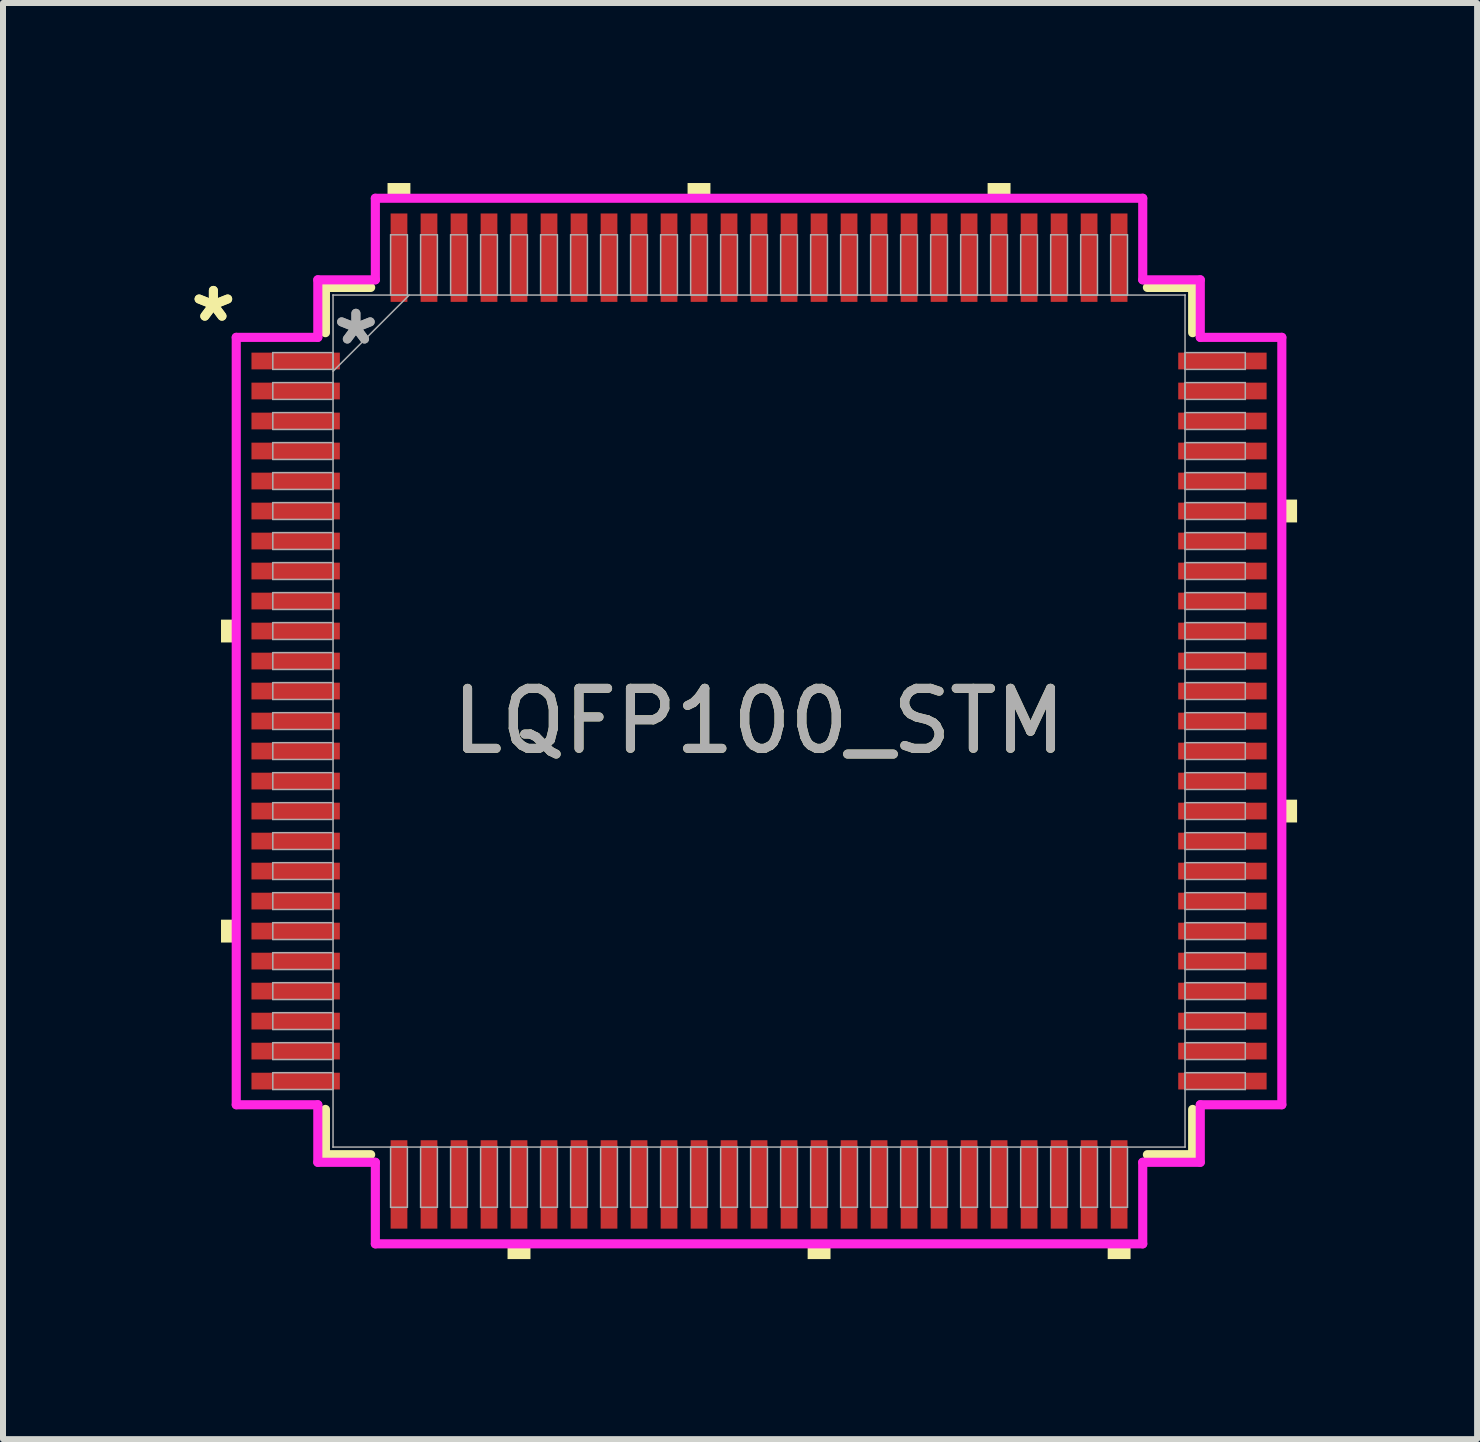
<source format=kicad_pcb>
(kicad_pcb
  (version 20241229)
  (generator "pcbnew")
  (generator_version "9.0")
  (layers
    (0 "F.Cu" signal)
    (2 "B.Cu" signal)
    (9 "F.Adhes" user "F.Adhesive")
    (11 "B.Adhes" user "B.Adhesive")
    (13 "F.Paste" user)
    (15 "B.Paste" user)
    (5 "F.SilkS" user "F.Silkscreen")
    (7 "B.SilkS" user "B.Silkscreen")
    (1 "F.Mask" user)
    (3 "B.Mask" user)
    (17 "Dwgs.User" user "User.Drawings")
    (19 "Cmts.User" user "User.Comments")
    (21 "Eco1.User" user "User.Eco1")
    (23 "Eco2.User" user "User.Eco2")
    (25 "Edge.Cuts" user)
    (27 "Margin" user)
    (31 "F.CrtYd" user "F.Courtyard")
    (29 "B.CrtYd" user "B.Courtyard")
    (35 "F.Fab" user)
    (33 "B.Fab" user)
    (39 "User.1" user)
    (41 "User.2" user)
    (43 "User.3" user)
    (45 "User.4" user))
  (footprint "LQFP100_STM"
    (layer "F.Cu")
    (at 9.599 8.966)
    (property "Reference" "LQFP100_STM" (at 0 0 0) (unlocked yes) (layer "F.SilkS") (effects (font (size 1 1) (thickness 0.15))))
    (attr smd)
    (fp_line (start -7.226 -7.226) (end -7.226 -6.472) (stroke (width 0.152) (type solid)) (layer "F.SilkS"))
    (fp_line (start -7.226 6.472) (end -7.226 7.226) (stroke (width 0.152) (type solid)) (layer "F.SilkS"))
    (fp_line (start -7.226 7.226) (end -6.472 7.226) (stroke (width 0.152) (type solid)) (layer "F.SilkS"))
    (fp_line (start -6.472 -7.226) (end -7.226 -7.226) (stroke (width 0.152) (type solid)) (layer "F.SilkS"))
    (fp_line (start 6.472 7.226) (end 7.226 7.226) (stroke (width 0.152) (type solid)) (layer "F.SilkS"))
    (fp_line (start 7.226 -7.226) (end 6.472 -7.226) (stroke (width 0.152) (type solid)) (layer "F.SilkS"))
    (fp_line (start 7.226 -6.472) (end 7.226 -7.226) (stroke (width 0.152) (type solid)) (layer "F.SilkS"))
    (fp_line (start 7.226 7.226) (end 7.226 6.472) (stroke (width 0.152) (type solid)) (layer "F.SilkS"))
    (fp_poly (pts (xy -8.966 -1.69) (xy -8.966 -1.31) (xy -8.712 -1.31) (xy -8.712 -1.69)) (stroke (width 0) (type solid)) (fill yes) (layer "F.SilkS"))
    (fp_poly (pts (xy -8.966 3.31) (xy -8.966 3.691) (xy -8.712 3.691) (xy -8.712 3.31)) (stroke (width 0) (type solid)) (fill yes) (layer "F.SilkS"))
    (fp_poly (pts (xy -6.191 -8.712) (xy -6.191 -8.966) (xy -5.81 -8.966) (xy -5.81 -8.712)) (stroke (width 0) (type solid)) (fill yes) (layer "F.SilkS"))
    (fp_poly (pts (xy -4.191 8.712) (xy -4.191 8.966) (xy -3.809 8.966) (xy -3.809 8.712)) (stroke (width 0) (type solid)) (fill yes) (layer "F.SilkS"))
    (fp_poly (pts (xy -1.191 -8.712) (xy -1.191 -8.966) (xy -0.81 -8.966) (xy -0.81 -8.712)) (stroke (width 0) (type solid)) (fill yes) (layer "F.SilkS"))
    (fp_poly (pts (xy 0.81 8.712) (xy 0.81 8.966) (xy 1.191 8.966) (xy 1.191 8.712)) (stroke (width 0) (type solid)) (fill yes) (layer "F.SilkS"))
    (fp_poly (pts (xy 3.809 -8.712) (xy 3.809 -8.966) (xy 4.191 -8.966) (xy 4.191 -8.712)) (stroke (width 0) (type solid)) (fill yes) (layer "F.SilkS"))
    (fp_poly (pts (xy 5.81 8.712) (xy 5.81 8.966) (xy 6.191 8.966) (xy 6.191 8.712)) (stroke (width 0) (type solid)) (fill yes) (layer "F.SilkS"))
    (fp_poly (pts (xy 8.966 -3.691) (xy 8.966 -3.31) (xy 8.712 -3.31) (xy 8.712 -3.691)) (stroke (width 0) (type solid)) (fill yes) (layer "F.SilkS"))
    (fp_poly (pts (xy 8.966 1.31) (xy 8.966 1.69) (xy 8.712 1.69) (xy 8.712 1.31)) (stroke (width 0) (type solid)) (fill yes) (layer "F.SilkS"))
    (fp_line (start -8.712 -6.394) (end -7.353 -6.394) (stroke (width 0.152) (type solid)) (layer "F.CrtYd"))
    (fp_line (start -8.712 6.394) (end -8.712 -6.394) (stroke (width 0.152) (type solid)) (layer "F.CrtYd"))
    (fp_line (start -7.353 -7.353) (end -6.394 -7.353) (stroke (width 0.152) (type solid)) (layer "F.CrtYd"))
    (fp_line (start -7.353 -6.394) (end -7.353 -7.353) (stroke (width 0.152) (type solid)) (layer "F.CrtYd"))
    (fp_line (start -7.353 6.394) (end -8.712 6.394) (stroke (width 0.152) (type solid)) (layer "F.CrtYd"))
    (fp_line (start -7.353 7.353) (end -7.353 6.394) (stroke (width 0.152) (type solid)) (layer "F.CrtYd"))
    (fp_line (start -7.353 7.353) (end -6.394 7.353) (stroke (width 0.152) (type solid)) (layer "F.CrtYd"))
    (fp_line (start -6.394 -8.712) (end 6.394 -8.712) (stroke (width 0.152) (type solid)) (layer "F.CrtYd"))
    (fp_line (start -6.394 -7.353) (end -6.394 -8.712) (stroke (width 0.152) (type solid)) (layer "F.CrtYd"))
    (fp_line (start -6.394 7.353) (end -6.394 8.712) (stroke (width 0.152) (type solid)) (layer "F.CrtYd"))
    (fp_line (start -6.394 8.712) (end 6.394 8.712) (stroke (width 0.152) (type solid)) (layer "F.CrtYd"))
    (fp_line (start 6.394 -8.712) (end 6.394 -7.353) (stroke (width 0.152) (type solid)) (layer "F.CrtYd"))
    (fp_line (start 6.394 -7.353) (end 7.353 -7.353) (stroke (width 0.152) (type solid)) (layer "F.CrtYd"))
    (fp_line (start 6.394 7.353) (end 7.353 7.353) (stroke (width 0.152) (type solid)) (layer "F.CrtYd"))
    (fp_line (start 6.394 8.712) (end 6.394 7.353) (stroke (width 0.152) (type solid)) (layer "F.CrtYd"))
    (fp_line (start 7.353 -6.394) (end 7.353 -7.353) (stroke (width 0.152) (type solid)) (layer "F.CrtYd"))
    (fp_line (start 7.353 6.394) (end 8.712 6.394) (stroke (width 0.152) (type solid)) (layer "F.CrtYd"))
    (fp_line (start 7.353 7.353) (end 7.353 6.394) (stroke (width 0.152) (type solid)) (layer "F.CrtYd"))
    (fp_line (start 8.712 -6.394) (end 7.353 -6.394) (stroke (width 0.152) (type solid)) (layer "F.CrtYd"))
    (fp_line (start 8.712 6.394) (end 8.712 -6.394) (stroke (width 0.152) (type solid)) (layer "F.CrtYd"))
    (fp_line (start -8.103 -6.14) (end -8.103 -5.86) (stroke (width 0.025) (type solid)) (layer "F.Fab"))
    (fp_line (start -8.103 -5.86) (end -7.099 -5.86) (stroke (width 0.025) (type solid)) (layer "F.Fab"))
    (fp_line (start -8.103 -5.64) (end -8.103 -5.36) (stroke (width 0.025) (type solid)) (layer "F.Fab"))
    (fp_line (start -8.103 -5.36) (end -7.099 -5.36) (stroke (width 0.025) (type solid)) (layer "F.Fab"))
    (fp_line (start -8.103 -5.14) (end -8.103 -4.86) (stroke (width 0.025) (type solid)) (layer "F.Fab"))
    (fp_line (start -8.103 -4.86) (end -7.099 -4.86) (stroke (width 0.025) (type solid)) (layer "F.Fab"))
    (fp_line (start -8.103 -4.64) (end -8.103 -4.36) (stroke (width 0.025) (type solid)) (layer "F.Fab"))
    (fp_line (start -8.103 -4.36) (end -7.099 -4.36) (stroke (width 0.025) (type solid)) (layer "F.Fab"))
    (fp_line (start -8.103 -4.14) (end -8.103 -3.86) (stroke (width 0.025) (type solid)) (layer "F.Fab"))
    (fp_line (start -8.103 -3.86) (end -7.099 -3.86) (stroke (width 0.025) (type solid)) (layer "F.Fab"))
    (fp_line (start -8.103 -3.64) (end -8.103 -3.36) (stroke (width 0.025) (type solid)) (layer "F.Fab"))
    (fp_line (start -8.103 -3.36) (end -7.099 -3.36) (stroke (width 0.025) (type solid)) (layer "F.Fab"))
    (fp_line (start -8.103 -3.14) (end -8.103 -2.86) (stroke (width 0.025) (type solid)) (layer "F.Fab"))
    (fp_line (start -8.103 -2.86) (end -7.099 -2.86) (stroke (width 0.025) (type solid)) (layer "F.Fab"))
    (fp_line (start -8.103 -2.64) (end -8.103 -2.36) (stroke (width 0.025) (type solid)) (layer "F.Fab"))
    (fp_line (start -8.103 -2.36) (end -7.099 -2.36) (stroke (width 0.025) (type solid)) (layer "F.Fab"))
    (fp_line (start -8.103 -2.14) (end -8.103 -1.86) (stroke (width 0.025) (type solid)) (layer "F.Fab"))
    (fp_line (start -8.103 -1.86) (end -7.099 -1.86) (stroke (width 0.025) (type solid)) (layer "F.Fab"))
    (fp_line (start -8.103 -1.64) (end -8.103 -1.36) (stroke (width 0.025) (type solid)) (layer "F.Fab"))
    (fp_line (start -8.103 -1.36) (end -7.099 -1.36) (stroke (width 0.025) (type solid)) (layer "F.Fab"))
    (fp_line (start -8.103 -1.14) (end -8.103 -0.86) (stroke (width 0.025) (type solid)) (layer "F.Fab"))
    (fp_line (start -8.103 -0.86) (end -7.099 -0.86) (stroke (width 0.025) (type solid)) (layer "F.Fab"))
    (fp_line (start -8.103 -0.64) (end -8.103 -0.36) (stroke (width 0.025) (type solid)) (layer "F.Fab"))
    (fp_line (start -8.103 -0.36) (end -7.099 -0.36) (stroke (width 0.025) (type solid)) (layer "F.Fab"))
    (fp_line (start -8.103 -0.14) (end -8.103 0.14) (stroke (width 0.025) (type solid)) (layer "F.Fab"))
    (fp_line (start -8.103 0.14) (end -7.099 0.14) (stroke (width 0.025) (type solid)) (layer "F.Fab"))
    (fp_line (start -8.103 0.36) (end -8.103 0.64) (stroke (width 0.025) (type solid)) (layer "F.Fab"))
    (fp_line (start -8.103 0.64) (end -7.099 0.64) (stroke (width 0.025) (type solid)) (layer "F.Fab"))
    (fp_line (start -8.103 0.86) (end -8.103 1.14) (stroke (width 0.025) (type solid)) (layer "F.Fab"))
    (fp_line (start -8.103 1.14) (end -7.099 1.14) (stroke (width 0.025) (type solid)) (layer "F.Fab"))
    (fp_line (start -8.103 1.36) (end -8.103 1.64) (stroke (width 0.025) (type solid)) (layer "F.Fab"))
    (fp_line (start -8.103 1.64) (end -7.099 1.64) (stroke (width 0.025) (type solid)) (layer "F.Fab"))
    (fp_line (start -8.103 1.86) (end -8.103 2.14) (stroke (width 0.025) (type solid)) (layer "F.Fab"))
    (fp_line (start -8.103 2.14) (end -7.099 2.14) (stroke (width 0.025) (type solid)) (layer "F.Fab"))
    (fp_line (start -8.103 2.36) (end -8.103 2.64) (stroke (width 0.025) (type solid)) (layer "F.Fab"))
    (fp_line (start -8.103 2.64) (end -7.099 2.64) (stroke (width 0.025) (type solid)) (layer "F.Fab"))
    (fp_line (start -8.103 2.86) (end -8.103 3.14) (stroke (width 0.025) (type solid)) (layer "F.Fab"))
    (fp_line (start -8.103 3.14) (end -7.099 3.14) (stroke (width 0.025) (type solid)) (layer "F.Fab"))
    (fp_line (start -8.103 3.36) (end -8.103 3.64) (stroke (width 0.025) (type solid)) (layer "F.Fab"))
    (fp_line (start -8.103 3.64) (end -7.099 3.64) (stroke (width 0.025) (type solid)) (layer "F.Fab"))
    (fp_line (start -8.103 3.86) (end -8.103 4.14) (stroke (width 0.025) (type solid)) (layer "F.Fab"))
    (fp_line (start -8.103 4.14) (end -7.099 4.14) (stroke (width 0.025) (type solid)) (layer "F.Fab"))
    (fp_line (start -8.103 4.36) (end -8.103 4.64) (stroke (width 0.025) (type solid)) (layer "F.Fab"))
    (fp_line (start -8.103 4.64) (end -7.099 4.64) (stroke (width 0.025) (type solid)) (layer "F.Fab"))
    (fp_line (start -8.103 4.86) (end -8.103 5.14) (stroke (width 0.025) (type solid)) (layer "F.Fab"))
    (fp_line (start -8.103 5.14) (end -7.099 5.14) (stroke (width 0.025) (type solid)) (layer "F.Fab"))
    (fp_line (start -8.103 5.36) (end -8.103 5.64) (stroke (width 0.025) (type solid)) (layer "F.Fab"))
    (fp_line (start -8.103 5.64) (end -7.099 5.64) (stroke (width 0.025) (type solid)) (layer "F.Fab"))
    (fp_line (start -8.103 5.86) (end -8.103 6.14) (stroke (width 0.025) (type solid)) (layer "F.Fab"))
    (fp_line (start -8.103 6.14) (end -7.099 6.14) (stroke (width 0.025) (type solid)) (layer "F.Fab"))
    (fp_line (start -7.099 -7.099) (end -7.099 -7.099) (stroke (width 0.025) (type solid)) (layer "F.Fab"))
    (fp_line (start -7.099 -7.099) (end -7.099 7.099) (stroke (width 0.025) (type solid)) (layer "F.Fab"))
    (fp_line (start -7.099 -6.14) (end -8.103 -6.14) (stroke (width 0.025) (type solid)) (layer "F.Fab"))
    (fp_line (start -7.099 -5.86) (end -7.099 -6.14) (stroke (width 0.025) (type solid)) (layer "F.Fab"))
    (fp_line (start -7.099 -5.829) (end -5.829 -7.099) (stroke (width 0.025) (type solid)) (layer "F.Fab"))
    (fp_line (start -7.099 -5.64) (end -8.103 -5.64) (stroke (width 0.025) (type solid)) (layer "F.Fab"))
    (fp_line (start -7.099 -5.36) (end -7.099 -5.64) (stroke (width 0.025) (type solid)) (layer "F.Fab"))
    (fp_line (start -7.099 -5.14) (end -8.103 -5.14) (stroke (width 0.025) (type solid)) (layer "F.Fab"))
    (fp_line (start -7.099 -4.86) (end -7.099 -5.14) (stroke (width 0.025) (type solid)) (layer "F.Fab"))
    (fp_line (start -7.099 -4.64) (end -8.103 -4.64) (stroke (width 0.025) (type solid)) (layer "F.Fab"))
    (fp_line (start -7.099 -4.36) (end -7.099 -4.64) (stroke (width 0.025) (type solid)) (layer "F.Fab"))
    (fp_line (start -7.099 -4.14) (end -8.103 -4.14) (stroke (width 0.025) (type solid)) (layer "F.Fab"))
    (fp_line (start -7.099 -3.86) (end -7.099 -4.14) (stroke (width 0.025) (type solid)) (layer "F.Fab"))
    (fp_line (start -7.099 -3.64) (end -8.103 -3.64) (stroke (width 0.025) (type solid)) (layer "F.Fab"))
    (fp_line (start -7.099 -3.36) (end -7.099 -3.64) (stroke (width 0.025) (type solid)) (layer "F.Fab"))
    (fp_line (start -7.099 -3.14) (end -8.103 -3.14) (stroke (width 0.025) (type solid)) (layer "F.Fab"))
    (fp_line (start -7.099 -2.86) (end -7.099 -3.14) (stroke (width 0.025) (type solid)) (layer "F.Fab"))
    (fp_line (start -7.099 -2.64) (end -8.103 -2.64) (stroke (width 0.025) (type solid)) (layer "F.Fab"))
    (fp_line (start -7.099 -2.36) (end -7.099 -2.64) (stroke (width 0.025) (type solid)) (layer "F.Fab"))
    (fp_line (start -7.099 -2.14) (end -8.103 -2.14) (stroke (width 0.025) (type solid)) (layer "F.Fab"))
    (fp_line (start -7.099 -1.86) (end -7.099 -2.14) (stroke (width 0.025) (type solid)) (layer "F.Fab"))
    (fp_line (start -7.099 -1.64) (end -8.103 -1.64) (stroke (width 0.025) (type solid)) (layer "F.Fab"))
    (fp_line (start -7.099 -1.36) (end -7.099 -1.64) (stroke (width 0.025) (type solid)) (layer "F.Fab"))
    (fp_line (start -7.099 -1.14) (end -8.103 -1.14) (stroke (width 0.025) (type solid)) (layer "F.Fab"))
    (fp_line (start -7.099 -0.86) (end -7.099 -1.14) (stroke (width 0.025) (type solid)) (layer "F.Fab"))
    (fp_line (start -7.099 -0.64) (end -8.103 -0.64) (stroke (width 0.025) (type solid)) (layer "F.Fab"))
    (fp_line (start -7.099 -0.36) (end -7.099 -0.64) (stroke (width 0.025) (type solid)) (layer "F.Fab"))
    (fp_line (start -7.099 -0.14) (end -8.103 -0.14) (stroke (width 0.025) (type solid)) (layer "F.Fab"))
    (fp_line (start -7.099 0.14) (end -7.099 -0.14) (stroke (width 0.025) (type solid)) (layer "F.Fab"))
    (fp_line (start -7.099 0.36) (end -8.103 0.36) (stroke (width 0.025) (type solid)) (layer "F.Fab"))
    (fp_line (start -7.099 0.64) (end -7.099 0.36) (stroke (width 0.025) (type solid)) (layer "F.Fab"))
    (fp_line (start -7.099 0.86) (end -8.103 0.86) (stroke (width 0.025) (type solid)) (layer "F.Fab"))
    (fp_line (start -7.099 1.14) (end -7.099 0.86) (stroke (width 0.025) (type solid)) (layer "F.Fab"))
    (fp_line (start -7.099 1.36) (end -8.103 1.36) (stroke (width 0.025) (type solid)) (layer "F.Fab"))
    (fp_line (start -7.099 1.64) (end -7.099 1.36) (stroke (width 0.025) (type solid)) (layer "F.Fab"))
    (fp_line (start -7.099 1.86) (end -8.103 1.86) (stroke (width 0.025) (type solid)) (layer "F.Fab"))
    (fp_line (start -7.099 2.14) (end -7.099 1.86) (stroke (width 0.025) (type solid)) (layer "F.Fab"))
    (fp_line (start -7.099 2.36) (end -8.103 2.36) (stroke (width 0.025) (type solid)) (layer "F.Fab"))
    (fp_line (start -7.099 2.64) (end -7.099 2.36) (stroke (width 0.025) (type solid)) (layer "F.Fab"))
    (fp_line (start -7.099 2.86) (end -8.103 2.86) (stroke (width 0.025) (type solid)) (layer "F.Fab"))
    (fp_line (start -7.099 3.14) (end -7.099 2.86) (stroke (width 0.025) (type solid)) (layer "F.Fab"))
    (fp_line (start -7.099 3.36) (end -8.103 3.36) (stroke (width 0.025) (type solid)) (layer "F.Fab"))
    (fp_line (start -7.099 3.64) (end -7.099 3.36) (stroke (width 0.025) (type solid)) (layer "F.Fab"))
    (fp_line (start -7.099 3.86) (end -8.103 3.86) (stroke (width 0.025) (type solid)) (layer "F.Fab"))
    (fp_line (start -7.099 4.14) (end -7.099 3.86) (stroke (width 0.025) (type solid)) (layer "F.Fab"))
    (fp_line (start -7.099 4.36) (end -8.103 4.36) (stroke (width 0.025) (type solid)) (layer "F.Fab"))
    (fp_line (start -7.099 4.64) (end -7.099 4.36) (stroke (width 0.025) (type solid)) (layer "F.Fab"))
    (fp_line (start -7.099 4.86) (end -8.103 4.86) (stroke (width 0.025) (type solid)) (layer "F.Fab"))
    (fp_line (start -7.099 5.14) (end -7.099 4.86) (stroke (width 0.025) (type solid)) (layer "F.Fab"))
    (fp_line (start -7.099 5.36) (end -8.103 5.36) (stroke (width 0.025) (type solid)) (layer "F.Fab"))
    (fp_line (start -7.099 5.64) (end -7.099 5.36) (stroke (width 0.025) (type solid)) (layer "F.Fab"))
    (fp_line (start -7.099 5.86) (end -8.103 5.86) (stroke (width 0.025) (type solid)) (layer "F.Fab"))
    (fp_line (start -7.099 6.14) (end -7.099 5.86) (stroke (width 0.025) (type solid)) (layer "F.Fab"))
    (fp_line (start -7.099 7.099) (end -7.099 7.099) (stroke (width 0.025) (type solid)) (layer "F.Fab"))
    (fp_line (start -7.099 7.099) (end 7.099 7.099) (stroke (width 0.025) (type solid)) (layer "F.Fab"))
    (fp_line (start -6.14 -8.103) (end -6.14 -7.099) (stroke (width 0.025) (type solid)) (layer "F.Fab"))
    (fp_line (start -6.14 -7.099) (end -5.86 -7.099) (stroke (width 0.025) (type solid)) (layer "F.Fab"))
    (fp_line (start -6.14 7.099) (end -6.14 8.103) (stroke (width 0.025) (type solid)) (layer "F.Fab"))
    (fp_line (start -6.14 8.103) (end -5.86 8.103) (stroke (width 0.025) (type solid)) (layer "F.Fab"))
    (fp_line (start -5.86 -8.103) (end -6.14 -8.103) (stroke (width 0.025) (type solid)) (layer "F.Fab"))
    (fp_line (start -5.86 -7.099) (end -5.86 -8.103) (stroke (width 0.025) (type solid)) (layer "F.Fab"))
    (fp_line (start -5.86 7.099) (end -6.14 7.099) (stroke (width 0.025) (type solid)) (layer "F.Fab"))
    (fp_line (start -5.86 8.103) (end -5.86 7.099) (stroke (width 0.025) (type solid)) (layer "F.Fab"))
    (fp_line (start -5.64 -8.103) (end -5.64 -7.099) (stroke (width 0.025) (type solid)) (layer "F.Fab"))
    (fp_line (start -5.64 -7.099) (end -5.36 -7.099) (stroke (width 0.025) (type solid)) (layer "F.Fab"))
    (fp_line (start -5.64 7.099) (end -5.64 8.103) (stroke (width 0.025) (type solid)) (layer "F.Fab"))
    (fp_line (start -5.64 8.103) (end -5.36 8.103) (stroke (width 0.025) (type solid)) (layer "F.Fab"))
    (fp_line (start -5.36 -8.103) (end -5.64 -8.103) (stroke (width 0.025) (type solid)) (layer "F.Fab"))
    (fp_line (start -5.36 -7.099) (end -5.36 -8.103) (stroke (width 0.025) (type solid)) (layer "F.Fab"))
    (fp_line (start -5.36 7.099) (end -5.64 7.099) (stroke (width 0.025) (type solid)) (layer "F.Fab"))
    (fp_line (start -5.36 8.103) (end -5.36 7.099) (stroke (width 0.025) (type solid)) (layer "F.Fab"))
    (fp_line (start -5.14 -8.103) (end -5.14 -7.099) (stroke (width 0.025) (type solid)) (layer "F.Fab"))
    (fp_line (start -5.14 -7.099) (end -4.86 -7.099) (stroke (width 0.025) (type solid)) (layer "F.Fab"))
    (fp_line (start -5.14 7.099) (end -5.14 8.103) (stroke (width 0.025) (type solid)) (layer "F.Fab"))
    (fp_line (start -5.14 8.103) (end -4.86 8.103) (stroke (width 0.025) (type solid)) (layer "F.Fab"))
    (fp_line (start -4.86 -8.103) (end -5.14 -8.103) (stroke (width 0.025) (type solid)) (layer "F.Fab"))
    (fp_line (start -4.86 -7.099) (end -4.86 -8.103) (stroke (width 0.025) (type solid)) (layer "F.Fab"))
    (fp_line (start -4.86 7.099) (end -5.14 7.099) (stroke (width 0.025) (type solid)) (layer "F.Fab"))
    (fp_line (start -4.86 8.103) (end -4.86 7.099) (stroke (width 0.025) (type solid)) (layer "F.Fab"))
    (fp_line (start -4.64 -8.103) (end -4.64 -7.099) (stroke (width 0.025) (type solid)) (layer "F.Fab"))
    (fp_line (start -4.64 -7.099) (end -4.36 -7.099) (stroke (width 0.025) (type solid)) (layer "F.Fab"))
    (fp_line (start -4.64 7.099) (end -4.64 8.103) (stroke (width 0.025) (type solid)) (layer "F.Fab"))
    (fp_line (start -4.64 8.103) (end -4.36 8.103) (stroke (width 0.025) (type solid)) (layer "F.Fab"))
    (fp_line (start -4.36 -8.103) (end -4.64 -8.103) (stroke (width 0.025) (type solid)) (layer "F.Fab"))
    (fp_line (start -4.36 -7.099) (end -4.36 -8.103) (stroke (width 0.025) (type solid)) (layer "F.Fab"))
    (fp_line (start -4.36 7.099) (end -4.64 7.099) (stroke (width 0.025) (type solid)) (layer "F.Fab"))
    (fp_line (start -4.36 8.103) (end -4.36 7.099) (stroke (width 0.025) (type solid)) (layer "F.Fab"))
    (fp_line (start -4.14 -8.103) (end -4.14 -7.099) (stroke (width 0.025) (type solid)) (layer "F.Fab"))
    (fp_line (start -4.14 -7.099) (end -3.86 -7.099) (stroke (width 0.025) (type solid)) (layer "F.Fab"))
    (fp_line (start -4.14 7.099) (end -4.14 8.103) (stroke (width 0.025) (type solid)) (layer "F.Fab"))
    (fp_line (start -4.14 8.103) (end -3.86 8.103) (stroke (width 0.025) (type solid)) (layer "F.Fab"))
    (fp_line (start -3.86 -8.103) (end -4.14 -8.103) (stroke (width 0.025) (type solid)) (layer "F.Fab"))
    (fp_line (start -3.86 -7.099) (end -3.86 -8.103) (stroke (width 0.025) (type solid)) (layer "F.Fab"))
    (fp_line (start -3.86 7.099) (end -4.14 7.099) (stroke (width 0.025) (type solid)) (layer "F.Fab"))
    (fp_line (start -3.86 8.103) (end -3.86 7.099) (stroke (width 0.025) (type solid)) (layer "F.Fab"))
    (fp_line (start -3.64 -8.103) (end -3.64 -7.099) (stroke (width 0.025) (type solid)) (layer "F.Fab"))
    (fp_line (start -3.64 -7.099) (end -3.36 -7.099) (stroke (width 0.025) (type solid)) (layer "F.Fab"))
    (fp_line (start -3.64 7.099) (end -3.64 8.103) (stroke (width 0.025) (type solid)) (layer "F.Fab"))
    (fp_line (start -3.64 8.103) (end -3.36 8.103) (stroke (width 0.025) (type solid)) (layer "F.Fab"))
    (fp_line (start -3.36 -8.103) (end -3.64 -8.103) (stroke (width 0.025) (type solid)) (layer "F.Fab"))
    (fp_line (start -3.36 -7.099) (end -3.36 -8.103) (stroke (width 0.025) (type solid)) (layer "F.Fab"))
    (fp_line (start -3.36 7.099) (end -3.64 7.099) (stroke (width 0.025) (type solid)) (layer "F.Fab"))
    (fp_line (start -3.36 8.103) (end -3.36 7.099) (stroke (width 0.025) (type solid)) (layer "F.Fab"))
    (fp_line (start -3.14 -8.103) (end -3.14 -7.099) (stroke (width 0.025) (type solid)) (layer "F.Fab"))
    (fp_line (start -3.14 -7.099) (end -2.86 -7.099) (stroke (width 0.025) (type solid)) (layer "F.Fab"))
    (fp_line (start -3.14 7.099) (end -3.14 8.103) (stroke (width 0.025) (type solid)) (layer "F.Fab"))
    (fp_line (start -3.14 8.103) (end -2.86 8.103) (stroke (width 0.025) (type solid)) (layer "F.Fab"))
    (fp_line (start -2.86 -8.103) (end -3.14 -8.103) (stroke (width 0.025) (type solid)) (layer "F.Fab"))
    (fp_line (start -2.86 -7.099) (end -2.86 -8.103) (stroke (width 0.025) (type solid)) (layer "F.Fab"))
    (fp_line (start -2.86 7.099) (end -3.14 7.099) (stroke (width 0.025) (type solid)) (layer "F.Fab"))
    (fp_line (start -2.86 8.103) (end -2.86 7.099) (stroke (width 0.025) (type solid)) (layer "F.Fab"))
    (fp_line (start -2.64 -8.103) (end -2.64 -7.099) (stroke (width 0.025) (type solid)) (layer "F.Fab"))
    (fp_line (start -2.64 -7.099) (end -2.36 -7.099) (stroke (width 0.025) (type solid)) (layer "F.Fab"))
    (fp_line (start -2.64 7.099) (end -2.64 8.103) (stroke (width 0.025) (type solid)) (layer "F.Fab"))
    (fp_line (start -2.64 8.103) (end -2.36 8.103) (stroke (width 0.025) (type solid)) (layer "F.Fab"))
    (fp_line (start -2.36 -8.103) (end -2.64 -8.103) (stroke (width 0.025) (type solid)) (layer "F.Fab"))
    (fp_line (start -2.36 -7.099) (end -2.36 -8.103) (stroke (width 0.025) (type solid)) (layer "F.Fab"))
    (fp_line (start -2.36 7.099) (end -2.64 7.099) (stroke (width 0.025) (type solid)) (layer "F.Fab"))
    (fp_line (start -2.36 8.103) (end -2.36 7.099) (stroke (width 0.025) (type solid)) (layer "F.Fab"))
    (fp_line (start -2.14 -8.103) (end -2.14 -7.099) (stroke (width 0.025) (type solid)) (layer "F.Fab"))
    (fp_line (start -2.14 -7.099) (end -1.86 -7.099) (stroke (width 0.025) (type solid)) (layer "F.Fab"))
    (fp_line (start -2.14 7.099) (end -2.14 8.103) (stroke (width 0.025) (type solid)) (layer "F.Fab"))
    (fp_line (start -2.14 8.103) (end -1.86 8.103) (stroke (width 0.025) (type solid)) (layer "F.Fab"))
    (fp_line (start -1.86 -8.103) (end -2.14 -8.103) (stroke (width 0.025) (type solid)) (layer "F.Fab"))
    (fp_line (start -1.86 -7.099) (end -1.86 -8.103) (stroke (width 0.025) (type solid)) (layer "F.Fab"))
    (fp_line (start -1.86 7.099) (end -2.14 7.099) (stroke (width 0.025) (type solid)) (layer "F.Fab"))
    (fp_line (start -1.86 8.103) (end -1.86 7.099) (stroke (width 0.025) (type solid)) (layer "F.Fab"))
    (fp_line (start -1.64 -8.103) (end -1.64 -7.099) (stroke (width 0.025) (type solid)) (layer "F.Fab"))
    (fp_line (start -1.64 -7.099) (end -1.36 -7.099) (stroke (width 0.025) (type solid)) (layer "F.Fab"))
    (fp_line (start -1.64 7.099) (end -1.64 8.103) (stroke (width 0.025) (type solid)) (layer "F.Fab"))
    (fp_line (start -1.64 8.103) (end -1.36 8.103) (stroke (width 0.025) (type solid)) (layer "F.Fab"))
    (fp_line (start -1.36 -8.103) (end -1.64 -8.103) (stroke (width 0.025) (type solid)) (layer "F.Fab"))
    (fp_line (start -1.36 -7.099) (end -1.36 -8.103) (stroke (width 0.025) (type solid)) (layer "F.Fab"))
    (fp_line (start -1.36 7.099) (end -1.64 7.099) (stroke (width 0.025) (type solid)) (layer "F.Fab"))
    (fp_line (start -1.36 8.103) (end -1.36 7.099) (stroke (width 0.025) (type solid)) (layer "F.Fab"))
    (fp_line (start -1.14 -8.103) (end -1.14 -7.099) (stroke (width 0.025) (type solid)) (layer "F.Fab"))
    (fp_line (start -1.14 -7.099) (end -0.86 -7.099) (stroke (width 0.025) (type solid)) (layer "F.Fab"))
    (fp_line (start -1.14 7.099) (end -1.14 8.103) (stroke (width 0.025) (type solid)) (layer "F.Fab"))
    (fp_line (start -1.14 8.103) (end -0.86 8.103) (stroke (width 0.025) (type solid)) (layer "F.Fab"))
    (fp_line (start -0.86 -8.103) (end -1.14 -8.103) (stroke (width 0.025) (type solid)) (layer "F.Fab"))
    (fp_line (start -0.86 -7.099) (end -0.86 -8.103) (stroke (width 0.025) (type solid)) (layer "F.Fab"))
    (fp_line (start -0.86 7.099) (end -1.14 7.099) (stroke (width 0.025) (type solid)) (layer "F.Fab"))
    (fp_line (start -0.86 8.103) (end -0.86 7.099) (stroke (width 0.025) (type solid)) (layer "F.Fab"))
    (fp_line (start -0.64 -8.103) (end -0.64 -7.099) (stroke (width 0.025) (type solid)) (layer "F.Fab"))
    (fp_line (start -0.64 -7.099) (end -0.36 -7.099) (stroke (width 0.025) (type solid)) (layer "F.Fab"))
    (fp_line (start -0.64 7.099) (end -0.64 8.103) (stroke (width 0.025) (type solid)) (layer "F.Fab"))
    (fp_line (start -0.64 8.103) (end -0.36 8.103) (stroke (width 0.025) (type solid)) (layer "F.Fab"))
    (fp_line (start -0.36 -8.103) (end -0.64 -8.103) (stroke (width 0.025) (type solid)) (layer "F.Fab"))
    (fp_line (start -0.36 -7.099) (end -0.36 -8.103) (stroke (width 0.025) (type solid)) (layer "F.Fab"))
    (fp_line (start -0.36 7.099) (end -0.64 7.099) (stroke (width 0.025) (type solid)) (layer "F.Fab"))
    (fp_line (start -0.36 8.103) (end -0.36 7.099) (stroke (width 0.025) (type solid)) (layer "F.Fab"))
    (fp_line (start -0.14 -8.103) (end -0.14 -7.099) (stroke (width 0.025) (type solid)) (layer "F.Fab"))
    (fp_line (start -0.14 -7.099) (end 0.14 -7.099) (stroke (width 0.025) (type solid)) (layer "F.Fab"))
    (fp_line (start -0.14 7.099) (end -0.14 8.103) (stroke (width 0.025) (type solid)) (layer "F.Fab"))
    (fp_line (start -0.14 8.103) (end 0.14 8.103) (stroke (width 0.025) (type solid)) (layer "F.Fab"))
    (fp_line (start 0.14 -8.103) (end -0.14 -8.103) (stroke (width 0.025) (type solid)) (layer "F.Fab"))
    (fp_line (start 0.14 -7.099) (end 0.14 -8.103) (stroke (width 0.025) (type solid)) (layer "F.Fab"))
    (fp_line (start 0.14 7.099) (end -0.14 7.099) (stroke (width 0.025) (type solid)) (layer "F.Fab"))
    (fp_line (start 0.14 8.103) (end 0.14 7.099) (stroke (width 0.025) (type solid)) (layer "F.Fab"))
    (fp_line (start 0.36 -8.103) (end 0.36 -7.099) (stroke (width 0.025) (type solid)) (layer "F.Fab"))
    (fp_line (start 0.36 -7.099) (end 0.64 -7.099) (stroke (width 0.025) (type solid)) (layer "F.Fab"))
    (fp_line (start 0.36 7.099) (end 0.36 8.103) (stroke (width 0.025) (type solid)) (layer "F.Fab"))
    (fp_line (start 0.36 8.103) (end 0.64 8.103) (stroke (width 0.025) (type solid)) (layer "F.Fab"))
    (fp_line (start 0.64 -8.103) (end 0.36 -8.103) (stroke (width 0.025) (type solid)) (layer "F.Fab"))
    (fp_line (start 0.64 -7.099) (end 0.64 -8.103) (stroke (width 0.025) (type solid)) (layer "F.Fab"))
    (fp_line (start 0.64 7.099) (end 0.36 7.099) (stroke (width 0.025) (type solid)) (layer "F.Fab"))
    (fp_line (start 0.64 8.103) (end 0.64 7.099) (stroke (width 0.025) (type solid)) (layer "F.Fab"))
    (fp_line (start 0.86 -8.103) (end 0.86 -7.099) (stroke (width 0.025) (type solid)) (layer "F.Fab"))
    (fp_line (start 0.86 -7.099) (end 1.14 -7.099) (stroke (width 0.025) (type solid)) (layer "F.Fab"))
    (fp_line (start 0.86 7.099) (end 0.86 8.103) (stroke (width 0.025) (type solid)) (layer "F.Fab"))
    (fp_line (start 0.86 8.103) (end 1.14 8.103) (stroke (width 0.025) (type solid)) (layer "F.Fab"))
    (fp_line (start 1.14 -8.103) (end 0.86 -8.103) (stroke (width 0.025) (type solid)) (layer "F.Fab"))
    (fp_line (start 1.14 -7.099) (end 1.14 -8.103) (stroke (width 0.025) (type solid)) (layer "F.Fab"))
    (fp_line (start 1.14 7.099) (end 0.86 7.099) (stroke (width 0.025) (type solid)) (layer "F.Fab"))
    (fp_line (start 1.14 8.103) (end 1.14 7.099) (stroke (width 0.025) (type solid)) (layer "F.Fab"))
    (fp_line (start 1.36 -8.103) (end 1.36 -7.099) (stroke (width 0.025) (type solid)) (layer "F.Fab"))
    (fp_line (start 1.36 -7.099) (end 1.64 -7.099) (stroke (width 0.025) (type solid)) (layer "F.Fab"))
    (fp_line (start 1.36 7.099) (end 1.36 8.103) (stroke (width 0.025) (type solid)) (layer "F.Fab"))
    (fp_line (start 1.36 8.103) (end 1.64 8.103) (stroke (width 0.025) (type solid)) (layer "F.Fab"))
    (fp_line (start 1.64 -8.103) (end 1.36 -8.103) (stroke (width 0.025) (type solid)) (layer "F.Fab"))
    (fp_line (start 1.64 -7.099) (end 1.64 -8.103) (stroke (width 0.025) (type solid)) (layer "F.Fab"))
    (fp_line (start 1.64 7.099) (end 1.36 7.099) (stroke (width 0.025) (type solid)) (layer "F.Fab"))
    (fp_line (start 1.64 8.103) (end 1.64 7.099) (stroke (width 0.025) (type solid)) (layer "F.Fab"))
    (fp_line (start 1.86 -8.103) (end 1.86 -7.099) (stroke (width 0.025) (type solid)) (layer "F.Fab"))
    (fp_line (start 1.86 -7.099) (end 2.14 -7.099) (stroke (width 0.025) (type solid)) (layer "F.Fab"))
    (fp_line (start 1.86 7.099) (end 1.86 8.103) (stroke (width 0.025) (type solid)) (layer "F.Fab"))
    (fp_line (start 1.86 8.103) (end 2.14 8.103) (stroke (width 0.025) (type solid)) (layer "F.Fab"))
    (fp_line (start 2.14 -8.103) (end 1.86 -8.103) (stroke (width 0.025) (type solid)) (layer "F.Fab"))
    (fp_line (start 2.14 -7.099) (end 2.14 -8.103) (stroke (width 0.025) (type solid)) (layer "F.Fab"))
    (fp_line (start 2.14 7.099) (end 1.86 7.099) (stroke (width 0.025) (type solid)) (layer "F.Fab"))
    (fp_line (start 2.14 8.103) (end 2.14 7.099) (stroke (width 0.025) (type solid)) (layer "F.Fab"))
    (fp_line (start 2.36 -8.103) (end 2.36 -7.099) (stroke (width 0.025) (type solid)) (layer "F.Fab"))
    (fp_line (start 2.36 -7.099) (end 2.64 -7.099) (stroke (width 0.025) (type solid)) (layer "F.Fab"))
    (fp_line (start 2.36 7.099) (end 2.36 8.103) (stroke (width 0.025) (type solid)) (layer "F.Fab"))
    (fp_line (start 2.36 8.103) (end 2.64 8.103) (stroke (width 0.025) (type solid)) (layer "F.Fab"))
    (fp_line (start 2.64 -8.103) (end 2.36 -8.103) (stroke (width 0.025) (type solid)) (layer "F.Fab"))
    (fp_line (start 2.64 -7.099) (end 2.64 -8.103) (stroke (width 0.025) (type solid)) (layer "F.Fab"))
    (fp_line (start 2.64 7.099) (end 2.36 7.099) (stroke (width 0.025) (type solid)) (layer "F.Fab"))
    (fp_line (start 2.64 8.103) (end 2.64 7.099) (stroke (width 0.025) (type solid)) (layer "F.Fab"))
    (fp_line (start 2.86 -8.103) (end 2.86 -7.099) (stroke (width 0.025) (type solid)) (layer "F.Fab"))
    (fp_line (start 2.86 -7.099) (end 3.14 -7.099) (stroke (width 0.025) (type solid)) (layer "F.Fab"))
    (fp_line (start 2.86 7.099) (end 2.86 8.103) (stroke (width 0.025) (type solid)) (layer "F.Fab"))
    (fp_line (start 2.86 8.103) (end 3.14 8.103) (stroke (width 0.025) (type solid)) (layer "F.Fab"))
    (fp_line (start 3.14 -8.103) (end 2.86 -8.103) (stroke (width 0.025) (type solid)) (layer "F.Fab"))
    (fp_line (start 3.14 -7.099) (end 3.14 -8.103) (stroke (width 0.025) (type solid)) (layer "F.Fab"))
    (fp_line (start 3.14 7.099) (end 2.86 7.099) (stroke (width 0.025) (type solid)) (layer "F.Fab"))
    (fp_line (start 3.14 8.103) (end 3.14 7.099) (stroke (width 0.025) (type solid)) (layer "F.Fab"))
    (fp_line (start 3.36 -8.103) (end 3.36 -7.099) (stroke (width 0.025) (type solid)) (layer "F.Fab"))
    (fp_line (start 3.36 -7.099) (end 3.64 -7.099) (stroke (width 0.025) (type solid)) (layer "F.Fab"))
    (fp_line (start 3.36 7.099) (end 3.36 8.103) (stroke (width 0.025) (type solid)) (layer "F.Fab"))
    (fp_line (start 3.36 8.103) (end 3.64 8.103) (stroke (width 0.025) (type solid)) (layer "F.Fab"))
    (fp_line (start 3.64 -8.103) (end 3.36 -8.103) (stroke (width 0.025) (type solid)) (layer "F.Fab"))
    (fp_line (start 3.64 -7.099) (end 3.64 -8.103) (stroke (width 0.025) (type solid)) (layer "F.Fab"))
    (fp_line (start 3.64 7.099) (end 3.36 7.099) (stroke (width 0.025) (type solid)) (layer "F.Fab"))
    (fp_line (start 3.64 8.103) (end 3.64 7.099) (stroke (width 0.025) (type solid)) (layer "F.Fab"))
    (fp_line (start 3.86 -8.103) (end 3.86 -7.099) (stroke (width 0.025) (type solid)) (layer "F.Fab"))
    (fp_line (start 3.86 -7.099) (end 4.14 -7.099) (stroke (width 0.025) (type solid)) (layer "F.Fab"))
    (fp_line (start 3.86 7.099) (end 3.86 8.103) (stroke (width 0.025) (type solid)) (layer "F.Fab"))
    (fp_line (start 3.86 8.103) (end 4.14 8.103) (stroke (width 0.025) (type solid)) (layer "F.Fab"))
    (fp_line (start 4.14 -8.103) (end 3.86 -8.103) (stroke (width 0.025) (type solid)) (layer "F.Fab"))
    (fp_line (start 4.14 -7.099) (end 4.14 -8.103) (stroke (width 0.025) (type solid)) (layer "F.Fab"))
    (fp_line (start 4.14 7.099) (end 3.86 7.099) (stroke (width 0.025) (type solid)) (layer "F.Fab"))
    (fp_line (start 4.14 8.103) (end 4.14 7.099) (stroke (width 0.025) (type solid)) (layer "F.Fab"))
    (fp_line (start 4.36 -8.103) (end 4.36 -7.099) (stroke (width 0.025) (type solid)) (layer "F.Fab"))
    (fp_line (start 4.36 -7.099) (end 4.64 -7.099) (stroke (width 0.025) (type solid)) (layer "F.Fab"))
    (fp_line (start 4.36 7.099) (end 4.36 8.103) (stroke (width 0.025) (type solid)) (layer "F.Fab"))
    (fp_line (start 4.36 8.103) (end 4.64 8.103) (stroke (width 0.025) (type solid)) (layer "F.Fab"))
    (fp_line (start 4.64 -8.103) (end 4.36 -8.103) (stroke (width 0.025) (type solid)) (layer "F.Fab"))
    (fp_line (start 4.64 -7.099) (end 4.64 -8.103) (stroke (width 0.025) (type solid)) (layer "F.Fab"))
    (fp_line (start 4.64 7.099) (end 4.36 7.099) (stroke (width 0.025) (type solid)) (layer "F.Fab"))
    (fp_line (start 4.64 8.103) (end 4.64 7.099) (stroke (width 0.025) (type solid)) (layer "F.Fab"))
    (fp_line (start 4.86 -8.103) (end 4.86 -7.099) (stroke (width 0.025) (type solid)) (layer "F.Fab"))
    (fp_line (start 4.86 -7.099) (end 5.14 -7.099) (stroke (width 0.025) (type solid)) (layer "F.Fab"))
    (fp_line (start 4.86 7.099) (end 4.86 8.103) (stroke (width 0.025) (type solid)) (layer "F.Fab"))
    (fp_line (start 4.86 8.103) (end 5.14 8.103) (stroke (width 0.025) (type solid)) (layer "F.Fab"))
    (fp_line (start 5.14 -8.103) (end 4.86 -8.103) (stroke (width 0.025) (type solid)) (layer "F.Fab"))
    (fp_line (start 5.14 -7.099) (end 5.14 -8.103) (stroke (width 0.025) (type solid)) (layer "F.Fab"))
    (fp_line (start 5.14 7.099) (end 4.86 7.099) (stroke (width 0.025) (type solid)) (layer "F.Fab"))
    (fp_line (start 5.14 8.103) (end 5.14 7.099) (stroke (width 0.025) (type solid)) (layer "F.Fab"))
    (fp_line (start 5.36 -8.103) (end 5.36 -7.099) (stroke (width 0.025) (type solid)) (layer "F.Fab"))
    (fp_line (start 5.36 -7.099) (end 5.64 -7.099) (stroke (width 0.025) (type solid)) (layer "F.Fab"))
    (fp_line (start 5.36 7.099) (end 5.36 8.103) (stroke (width 0.025) (type solid)) (layer "F.Fab"))
    (fp_line (start 5.36 8.103) (end 5.64 8.103) (stroke (width 0.025) (type solid)) (layer "F.Fab"))
    (fp_line (start 5.64 -8.103) (end 5.36 -8.103) (stroke (width 0.025) (type solid)) (layer "F.Fab"))
    (fp_line (start 5.64 -7.099) (end 5.64 -8.103) (stroke (width 0.025) (type solid)) (layer "F.Fab"))
    (fp_line (start 5.64 7.099) (end 5.36 7.099) (stroke (width 0.025) (type solid)) (layer "F.Fab"))
    (fp_line (start 5.64 8.103) (end 5.64 7.099) (stroke (width 0.025) (type solid)) (layer "F.Fab"))
    (fp_line (start 5.86 -8.103) (end 5.86 -7.099) (stroke (width 0.025) (type solid)) (layer "F.Fab"))
    (fp_line (start 5.86 -7.099) (end 6.14 -7.099) (stroke (width 0.025) (type solid)) (layer "F.Fab"))
    (fp_line (start 5.86 7.099) (end 5.86 8.103) (stroke (width 0.025) (type solid)) (layer "F.Fab"))
    (fp_line (start 5.86 8.103) (end 6.14 8.103) (stroke (width 0.025) (type solid)) (layer "F.Fab"))
    (fp_line (start 6.14 -8.103) (end 5.86 -8.103) (stroke (width 0.025) (type solid)) (layer "F.Fab"))
    (fp_line (start 6.14 -7.099) (end 6.14 -8.103) (stroke (width 0.025) (type solid)) (layer "F.Fab"))
    (fp_line (start 6.14 7.099) (end 5.86 7.099) (stroke (width 0.025) (type solid)) (layer "F.Fab"))
    (fp_line (start 6.14 8.103) (end 6.14 7.099) (stroke (width 0.025) (type solid)) (layer "F.Fab"))
    (fp_line (start 7.099 -7.099) (end -7.099 -7.099) (stroke (width 0.025) (type solid)) (layer "F.Fab"))
    (fp_line (start 7.099 -7.099) (end 7.099 -7.099) (stroke (width 0.025) (type solid)) (layer "F.Fab"))
    (fp_line (start 7.099 -6.14) (end 7.099 -5.86) (stroke (width 0.025) (type solid)) (layer "F.Fab"))
    (fp_line (start 7.099 -5.86) (end 8.103 -5.86) (stroke (width 0.025) (type solid)) (layer "F.Fab"))
    (fp_line (start 7.099 -5.64) (end 7.099 -5.36) (stroke (width 0.025) (type solid)) (layer "F.Fab"))
    (fp_line (start 7.099 -5.36) (end 8.103 -5.36) (stroke (width 0.025) (type solid)) (layer "F.Fab"))
    (fp_line (start 7.099 -5.14) (end 7.099 -4.86) (stroke (width 0.025) (type solid)) (layer "F.Fab"))
    (fp_line (start 7.099 -4.86) (end 8.103 -4.86) (stroke (width 0.025) (type solid)) (layer "F.Fab"))
    (fp_line (start 7.099 -4.64) (end 7.099 -4.36) (stroke (width 0.025) (type solid)) (layer "F.Fab"))
    (fp_line (start 7.099 -4.36) (end 8.103 -4.36) (stroke (width 0.025) (type solid)) (layer "F.Fab"))
    (fp_line (start 7.099 -4.14) (end 7.099 -3.86) (stroke (width 0.025) (type solid)) (layer "F.Fab"))
    (fp_line (start 7.099 -3.86) (end 8.103 -3.86) (stroke (width 0.025) (type solid)) (layer "F.Fab"))
    (fp_line (start 7.099 -3.64) (end 7.099 -3.36) (stroke (width 0.025) (type solid)) (layer "F.Fab"))
    (fp_line (start 7.099 -3.36) (end 8.103 -3.36) (stroke (width 0.025) (type solid)) (layer "F.Fab"))
    (fp_line (start 7.099 -3.14) (end 7.099 -2.86) (stroke (width 0.025) (type solid)) (layer "F.Fab"))
    (fp_line (start 7.099 -2.86) (end 8.103 -2.86) (stroke (width 0.025) (type solid)) (layer "F.Fab"))
    (fp_line (start 7.099 -2.64) (end 7.099 -2.36) (stroke (width 0.025) (type solid)) (layer "F.Fab"))
    (fp_line (start 7.099 -2.36) (end 8.103 -2.36) (stroke (width 0.025) (type solid)) (layer "F.Fab"))
    (fp_line (start 7.099 -2.14) (end 7.099 -1.86) (stroke (width 0.025) (type solid)) (layer "F.Fab"))
    (fp_line (start 7.099 -1.86) (end 8.103 -1.86) (stroke (width 0.025) (type solid)) (layer "F.Fab"))
    (fp_line (start 7.099 -1.64) (end 7.099 -1.36) (stroke (width 0.025) (type solid)) (layer "F.Fab"))
    (fp_line (start 7.099 -1.36) (end 8.103 -1.36) (stroke (width 0.025) (type solid)) (layer "F.Fab"))
    (fp_line (start 7.099 -1.14) (end 7.099 -0.86) (stroke (width 0.025) (type solid)) (layer "F.Fab"))
    (fp_line (start 7.099 -0.86) (end 8.103 -0.86) (stroke (width 0.025) (type solid)) (layer "F.Fab"))
    (fp_line (start 7.099 -0.64) (end 7.099 -0.36) (stroke (width 0.025) (type solid)) (layer "F.Fab"))
    (fp_line (start 7.099 -0.36) (end 8.103 -0.36) (stroke (width 0.025) (type solid)) (layer "F.Fab"))
    (fp_line (start 7.099 -0.14) (end 7.099 0.14) (stroke (width 0.025) (type solid)) (layer "F.Fab"))
    (fp_line (start 7.099 0.14) (end 8.103 0.14) (stroke (width 0.025) (type solid)) (layer "F.Fab"))
    (fp_line (start 7.099 0.36) (end 7.099 0.64) (stroke (width 0.025) (type solid)) (layer "F.Fab"))
    (fp_line (start 7.099 0.64) (end 8.103 0.64) (stroke (width 0.025) (type solid)) (layer "F.Fab"))
    (fp_line (start 7.099 0.86) (end 7.099 1.14) (stroke (width 0.025) (type solid)) (layer "F.Fab"))
    (fp_line (start 7.099 1.14) (end 8.103 1.14) (stroke (width 0.025) (type solid)) (layer "F.Fab"))
    (fp_line (start 7.099 1.36) (end 7.099 1.64) (stroke (width 0.025) (type solid)) (layer "F.Fab"))
    (fp_line (start 7.099 1.64) (end 8.103 1.64) (stroke (width 0.025) (type solid)) (layer "F.Fab"))
    (fp_line (start 7.099 1.86) (end 7.099 2.14) (stroke (width 0.025) (type solid)) (layer "F.Fab"))
    (fp_line (start 7.099 2.14) (end 8.103 2.14) (stroke (width 0.025) (type solid)) (layer "F.Fab"))
    (fp_line (start 7.099 2.36) (end 7.099 2.64) (stroke (width 0.025) (type solid)) (layer "F.Fab"))
    (fp_line (start 7.099 2.64) (end 8.103 2.64) (stroke (width 0.025) (type solid)) (layer "F.Fab"))
    (fp_line (start 7.099 2.86) (end 7.099 3.14) (stroke (width 0.025) (type solid)) (layer "F.Fab"))
    (fp_line (start 7.099 3.14) (end 8.103 3.14) (stroke (width 0.025) (type solid)) (layer "F.Fab"))
    (fp_line (start 7.099 3.36) (end 7.099 3.64) (stroke (width 0.025) (type solid)) (layer "F.Fab"))
    (fp_line (start 7.099 3.64) (end 8.103 3.64) (stroke (width 0.025) (type solid)) (layer "F.Fab"))
    (fp_line (start 7.099 3.86) (end 7.099 4.14) (stroke (width 0.025) (type solid)) (layer "F.Fab"))
    (fp_line (start 7.099 4.14) (end 8.103 4.14) (stroke (width 0.025) (type solid)) (layer "F.Fab"))
    (fp_line (start 7.099 4.36) (end 7.099 4.64) (stroke (width 0.025) (type solid)) (layer "F.Fab"))
    (fp_line (start 7.099 4.64) (end 8.103 4.64) (stroke (width 0.025) (type solid)) (layer "F.Fab"))
    (fp_line (start 7.099 4.86) (end 7.099 5.14) (stroke (width 0.025) (type solid)) (layer "F.Fab"))
    (fp_line (start 7.099 5.14) (end 8.103 5.14) (stroke (width 0.025) (type solid)) (layer "F.Fab"))
    (fp_line (start 7.099 5.36) (end 7.099 5.64) (stroke (width 0.025) (type solid)) (layer "F.Fab"))
    (fp_line (start 7.099 5.64) (end 8.103 5.64) (stroke (width 0.025) (type solid)) (layer "F.Fab"))
    (fp_line (start 7.099 5.86) (end 7.099 6.14) (stroke (width 0.025) (type solid)) (layer "F.Fab"))
    (fp_line (start 7.099 6.14) (end 8.103 6.14) (stroke (width 0.025) (type solid)) (layer "F.Fab"))
    (fp_line (start 7.099 7.099) (end 7.099 -7.099) (stroke (width 0.025) (type solid)) (layer "F.Fab"))
    (fp_line (start 7.099 7.099) (end 7.099 7.099) (stroke (width 0.025) (type solid)) (layer "F.Fab"))
    (fp_line (start 8.103 -6.14) (end 7.099 -6.14) (stroke (width 0.025) (type solid)) (layer "F.Fab"))
    (fp_line (start 8.103 -5.86) (end 8.103 -6.14) (stroke (width 0.025) (type solid)) (layer "F.Fab"))
    (fp_line (start 8.103 -5.64) (end 7.099 -5.64) (stroke (width 0.025) (type solid)) (layer "F.Fab"))
    (fp_line (start 8.103 -5.36) (end 8.103 -5.64) (stroke (width 0.025) (type solid)) (layer "F.Fab"))
    (fp_line (start 8.103 -5.14) (end 7.099 -5.14) (stroke (width 0.025) (type solid)) (layer "F.Fab"))
    (fp_line (start 8.103 -4.86) (end 8.103 -5.14) (stroke (width 0.025) (type solid)) (layer "F.Fab"))
    (fp_line (start 8.103 -4.64) (end 7.099 -4.64) (stroke (width 0.025) (type solid)) (layer "F.Fab"))
    (fp_line (start 8.103 -4.36) (end 8.103 -4.64) (stroke (width 0.025) (type solid)) (layer "F.Fab"))
    (fp_line (start 8.103 -4.14) (end 7.099 -4.14) (stroke (width 0.025) (type solid)) (layer "F.Fab"))
    (fp_line (start 8.103 -3.86) (end 8.103 -4.14) (stroke (width 0.025) (type solid)) (layer "F.Fab"))
    (fp_line (start 8.103 -3.64) (end 7.099 -3.64) (stroke (width 0.025) (type solid)) (layer "F.Fab"))
    (fp_line (start 8.103 -3.36) (end 8.103 -3.64) (stroke (width 0.025) (type solid)) (layer "F.Fab"))
    (fp_line (start 8.103 -3.14) (end 7.099 -3.14) (stroke (width 0.025) (type solid)) (layer "F.Fab"))
    (fp_line (start 8.103 -2.86) (end 8.103 -3.14) (stroke (width 0.025) (type solid)) (layer "F.Fab"))
    (fp_line (start 8.103 -2.64) (end 7.099 -2.64) (stroke (width 0.025) (type solid)) (layer "F.Fab"))
    (fp_line (start 8.103 -2.36) (end 8.103 -2.64) (stroke (width 0.025) (type solid)) (layer "F.Fab"))
    (fp_line (start 8.103 -2.14) (end 7.099 -2.14) (stroke (width 0.025) (type solid)) (layer "F.Fab"))
    (fp_line (start 8.103 -1.86) (end 8.103 -2.14) (stroke (width 0.025) (type solid)) (layer "F.Fab"))
    (fp_line (start 8.103 -1.64) (end 7.099 -1.64) (stroke (width 0.025) (type solid)) (layer "F.Fab"))
    (fp_line (start 8.103 -1.36) (end 8.103 -1.64) (stroke (width 0.025) (type solid)) (layer "F.Fab"))
    (fp_line (start 8.103 -1.14) (end 7.099 -1.14) (stroke (width 0.025) (type solid)) (layer "F.Fab"))
    (fp_line (start 8.103 -0.86) (end 8.103 -1.14) (stroke (width 0.025) (type solid)) (layer "F.Fab"))
    (fp_line (start 8.103 -0.64) (end 7.099 -0.64) (stroke (width 0.025) (type solid)) (layer "F.Fab"))
    (fp_line (start 8.103 -0.36) (end 8.103 -0.64) (stroke (width 0.025) (type solid)) (layer "F.Fab"))
    (fp_line (start 8.103 -0.14) (end 7.099 -0.14) (stroke (width 0.025) (type solid)) (layer "F.Fab"))
    (fp_line (start 8.103 0.14) (end 8.103 -0.14) (stroke (width 0.025) (type solid)) (layer "F.Fab"))
    (fp_line (start 8.103 0.36) (end 7.099 0.36) (stroke (width 0.025) (type solid)) (layer "F.Fab"))
    (fp_line (start 8.103 0.64) (end 8.103 0.36) (stroke (width 0.025) (type solid)) (layer "F.Fab"))
    (fp_line (start 8.103 0.86) (end 7.099 0.86) (stroke (width 0.025) (type solid)) (layer "F.Fab"))
    (fp_line (start 8.103 1.14) (end 8.103 0.86) (stroke (width 0.025) (type solid)) (layer "F.Fab"))
    (fp_line (start 8.103 1.36) (end 7.099 1.36) (stroke (width 0.025) (type solid)) (layer "F.Fab"))
    (fp_line (start 8.103 1.64) (end 8.103 1.36) (stroke (width 0.025) (type solid)) (layer "F.Fab"))
    (fp_line (start 8.103 1.86) (end 7.099 1.86) (stroke (width 0.025) (type solid)) (layer "F.Fab"))
    (fp_line (start 8.103 2.14) (end 8.103 1.86) (stroke (width 0.025) (type solid)) (layer "F.Fab"))
    (fp_line (start 8.103 2.36) (end 7.099 2.36) (stroke (width 0.025) (type solid)) (layer "F.Fab"))
    (fp_line (start 8.103 2.64) (end 8.103 2.36) (stroke (width 0.025) (type solid)) (layer "F.Fab"))
    (fp_line (start 8.103 2.86) (end 7.099 2.86) (stroke (width 0.025) (type solid)) (layer "F.Fab"))
    (fp_line (start 8.103 3.14) (end 8.103 2.86) (stroke (width 0.025) (type solid)) (layer "F.Fab"))
    (fp_line (start 8.103 3.36) (end 7.099 3.36) (stroke (width 0.025) (type solid)) (layer "F.Fab"))
    (fp_line (start 8.103 3.64) (end 8.103 3.36) (stroke (width 0.025) (type solid)) (layer "F.Fab"))
    (fp_line (start 8.103 3.86) (end 7.099 3.86) (stroke (width 0.025) (type solid)) (layer "F.Fab"))
    (fp_line (start 8.103 4.14) (end 8.103 3.86) (stroke (width 0.025) (type solid)) (layer "F.Fab"))
    (fp_line (start 8.103 4.36) (end 7.099 4.36) (stroke (width 0.025) (type solid)) (layer "F.Fab"))
    (fp_line (start 8.103 4.64) (end 8.103 4.36) (stroke (width 0.025) (type solid)) (layer "F.Fab"))
    (fp_line (start 8.103 4.86) (end 7.099 4.86) (stroke (width 0.025) (type solid)) (layer "F.Fab"))
    (fp_line (start 8.103 5.14) (end 8.103 4.86) (stroke (width 0.025) (type solid)) (layer "F.Fab"))
    (fp_line (start 8.103 5.36) (end 7.099 5.36) (stroke (width 0.025) (type solid)) (layer "F.Fab"))
    (fp_line (start 8.103 5.64) (end 8.103 5.36) (stroke (width 0.025) (type solid)) (layer "F.Fab"))
    (fp_line (start 8.103 5.86) (end 7.099 5.86) (stroke (width 0.025) (type solid)) (layer "F.Fab"))
    (fp_line (start 8.103 6.14) (end 8.103 5.86) (stroke (width 0.025) (type solid)) (layer "F.Fab"))
    (fp_text user "*" (at -9.093 -6.631 0) (unlocked yes) (layer "F.SilkS") (effects (font (size 1 1) (thickness 0.15))))
    (fp_text user "*" (at -9.093 -6.631 0) (layer "F.SilkS") (effects (font (size 1 1) (thickness 0.15))))
    (fp_text user "*" (at -6.718 -6.25 0) (layer "F.Fab") (effects (font (size 1 1) (thickness 0.15))))
    (fp_text user "*" (at -6.718 -6.25 0) (unlocked yes) (layer "F.Fab") (effects (font (size 1 1) (thickness 0.15))))
    (fp_text user "${REFERENCE}" (at 0 0 0) (unlocked yes) (layer "F.Fab") (effects (font (size 1 1) (thickness 0.15))))
    (pad "1" smd rect (at -7.722 -6 90) (size 0.279 1.473) (layers "F.Cu" "F.Mask" "F.Paste"))
    (pad "2" smd rect (at -7.722 -5.5 90) (size 0.279 1.473) (layers "F.Cu" "F.Mask" "F.Paste"))
    (pad "3" smd rect (at -7.722 -5 90) (size 0.279 1.473) (layers "F.Cu" "F.Mask" "F.Paste"))
    (pad "4" smd rect (at -7.722 -4.5 90) (size 0.279 1.473) (layers "F.Cu" "F.Mask" "F.Paste"))
    (pad "5" smd rect (at -7.722 -4 90) (size 0.279 1.473) (layers "F.Cu" "F.Mask" "F.Paste"))
    (pad "6" smd rect (at -7.722 -3.5 90) (size 0.279 1.473) (layers "F.Cu" "F.Mask" "F.Paste"))
    (pad "7" smd rect (at -7.722 -3 90) (size 0.279 1.473) (layers "F.Cu" "F.Mask" "F.Paste"))
    (pad "8" smd rect (at -7.722 -2.5 90) (size 0.279 1.473) (layers "F.Cu" "F.Mask" "F.Paste"))
    (pad "9" smd rect (at -7.722 -2 90) (size 0.279 1.473) (layers "F.Cu" "F.Mask" "F.Paste"))
    (pad "10" smd rect (at -7.722 -1.5 90) (size 0.279 1.473) (layers "F.Cu" "F.Mask" "F.Paste"))
    (pad "11" smd rect (at -7.722 -1 90) (size 0.279 1.473) (layers "F.Cu" "F.Mask" "F.Paste"))
    (pad "12" smd rect (at -7.722 -0.5 90) (size 0.279 1.473) (layers "F.Cu" "F.Mask" "F.Paste"))
    (pad "13" smd rect (at -7.722 0 90) (size 0.279 1.473) (layers "F.Cu" "F.Mask" "F.Paste"))
    (pad "14" smd rect (at -7.722 0.5 90) (size 0.279 1.473) (layers "F.Cu" "F.Mask" "F.Paste"))
    (pad "15" smd rect (at -7.722 1 90) (size 0.279 1.473) (layers "F.Cu" "F.Mask" "F.Paste"))
    (pad "16" smd rect (at -7.722 1.5 90) (size 0.279 1.473) (layers "F.Cu" "F.Mask" "F.Paste"))
    (pad "17" smd rect (at -7.722 2 90) (size 0.279 1.473) (layers "F.Cu" "F.Mask" "F.Paste"))
    (pad "18" smd rect (at -7.722 2.5 90) (size 0.279 1.473) (layers "F.Cu" "F.Mask" "F.Paste"))
    (pad "19" smd rect (at -7.722 3 90) (size 0.279 1.473) (layers "F.Cu" "F.Mask" "F.Paste"))
    (pad "20" smd rect (at -7.722 3.5 90) (size 0.279 1.473) (layers "F.Cu" "F.Mask" "F.Paste"))
    (pad "21" smd rect (at -7.722 4 90) (size 0.279 1.473) (layers "F.Cu" "F.Mask" "F.Paste"))
    (pad "22" smd rect (at -7.722 4.5 90) (size 0.279 1.473) (layers "F.Cu" "F.Mask" "F.Paste"))
    (pad "23" smd rect (at -7.722 5 90) (size 0.279 1.473) (layers "F.Cu" "F.Mask" "F.Paste"))
    (pad "24" smd rect (at -7.722 5.5 90) (size 0.279 1.473) (layers "F.Cu" "F.Mask" "F.Paste"))
    (pad "25" smd rect (at -7.722 6 90) (size 0.279 1.473) (layers "F.Cu" "F.Mask" "F.Paste"))
    (pad "26" smd rect (at -6 7.722) (size 0.279 1.473) (layers "F.Cu" "F.Mask" "F.Paste"))
    (pad "27" smd rect (at -5.5 7.722) (size 0.279 1.473) (layers "F.Cu" "F.Mask" "F.Paste"))
    (pad "28" smd rect (at -5 7.722) (size 0.279 1.473) (layers "F.Cu" "F.Mask" "F.Paste"))
    (pad "29" smd rect (at -4.5 7.722) (size 0.279 1.473) (layers "F.Cu" "F.Mask" "F.Paste"))
    (pad "30" smd rect (at -4 7.722) (size 0.279 1.473) (layers "F.Cu" "F.Mask" "F.Paste"))
    (pad "31" smd rect (at -3.5 7.722) (size 0.279 1.473) (layers "F.Cu" "F.Mask" "F.Paste"))
    (pad "32" smd rect (at -3 7.722) (size 0.279 1.473) (layers "F.Cu" "F.Mask" "F.Paste"))
    (pad "33" smd rect (at -2.5 7.722) (size 0.279 1.473) (layers "F.Cu" "F.Mask" "F.Paste"))
    (pad "34" smd rect (at -2 7.722) (size 0.279 1.473) (layers "F.Cu" "F.Mask" "F.Paste"))
    (pad "35" smd rect (at -1.5 7.722) (size 0.279 1.473) (layers "F.Cu" "F.Mask" "F.Paste"))
    (pad "36" smd rect (at -1 7.722) (size 0.279 1.473) (layers "F.Cu" "F.Mask" "F.Paste"))
    (pad "37" smd rect (at -0.5 7.722) (size 0.279 1.473) (layers "F.Cu" "F.Mask" "F.Paste"))
    (pad "38" smd rect (at 0 7.722) (size 0.279 1.473) (layers "F.Cu" "F.Mask" "F.Paste"))
    (pad "39" smd rect (at 0.5 7.722) (size 0.279 1.473) (layers "F.Cu" "F.Mask" "F.Paste"))
    (pad "40" smd rect (at 1 7.722) (size 0.279 1.473) (layers "F.Cu" "F.Mask" "F.Paste"))
    (pad "41" smd rect (at 1.5 7.722) (size 0.279 1.473) (layers "F.Cu" "F.Mask" "F.Paste"))
    (pad "42" smd rect (at 2 7.722) (size 0.279 1.473) (layers "F.Cu" "F.Mask" "F.Paste"))
    (pad "43" smd rect (at 2.5 7.722) (size 0.279 1.473) (layers "F.Cu" "F.Mask" "F.Paste"))
    (pad "44" smd rect (at 3 7.722) (size 0.279 1.473) (layers "F.Cu" "F.Mask" "F.Paste"))
    (pad "45" smd rect (at 3.5 7.722) (size 0.279 1.473) (layers "F.Cu" "F.Mask" "F.Paste"))
    (pad "46" smd rect (at 4 7.722) (size 0.279 1.473) (layers "F.Cu" "F.Mask" "F.Paste"))
    (pad "47" smd rect (at 4.5 7.722) (size 0.279 1.473) (layers "F.Cu" "F.Mask" "F.Paste"))
    (pad "48" smd rect (at 5 7.722) (size 0.279 1.473) (layers "F.Cu" "F.Mask" "F.Paste"))
    (pad "49" smd rect (at 5.5 7.722) (size 0.279 1.473) (layers "F.Cu" "F.Mask" "F.Paste"))
    (pad "50" smd rect (at 6 7.722) (size 0.279 1.473) (layers "F.Cu" "F.Mask" "F.Paste"))
    (pad "51" smd rect (at 7.722 6 90) (size 0.279 1.473) (layers "F.Cu" "F.Mask" "F.Paste"))
    (pad "52" smd rect (at 7.722 5.5 90) (size 0.279 1.473) (layers "F.Cu" "F.Mask" "F.Paste"))
    (pad "53" smd rect (at 7.722 5 90) (size 0.279 1.473) (layers "F.Cu" "F.Mask" "F.Paste"))
    (pad "54" smd rect (at 7.722 4.5 90) (size 0.279 1.473) (layers "F.Cu" "F.Mask" "F.Paste"))
    (pad "55" smd rect (at 7.722 4 90) (size 0.279 1.473) (layers "F.Cu" "F.Mask" "F.Paste"))
    (pad "56" smd rect (at 7.722 3.5 90) (size 0.279 1.473) (layers "F.Cu" "F.Mask" "F.Paste"))
    (pad "57" smd rect (at 7.722 3 90) (size 0.279 1.473) (layers "F.Cu" "F.Mask" "F.Paste"))
    (pad "58" smd rect (at 7.722 2.5 90) (size 0.279 1.473) (layers "F.Cu" "F.Mask" "F.Paste"))
    (pad "59" smd rect (at 7.722 2 90) (size 0.279 1.473) (layers "F.Cu" "F.Mask" "F.Paste"))
    (pad "60" smd rect (at 7.722 1.5 90) (size 0.279 1.473) (layers "F.Cu" "F.Mask" "F.Paste"))
    (pad "61" smd rect (at 7.722 1 90) (size 0.279 1.473) (layers "F.Cu" "F.Mask" "F.Paste"))
    (pad "62" smd rect (at 7.722 0.5 90) (size 0.279 1.473) (layers "F.Cu" "F.Mask" "F.Paste"))
    (pad "63" smd rect (at 7.722 0 90) (size 0.279 1.473) (layers "F.Cu" "F.Mask" "F.Paste"))
    (pad "64" smd rect (at 7.722 -0.5 90) (size 0.279 1.473) (layers "F.Cu" "F.Mask" "F.Paste"))
    (pad "65" smd rect (at 7.722 -1 90) (size 0.279 1.473) (layers "F.Cu" "F.Mask" "F.Paste"))
    (pad "66" smd rect (at 7.722 -1.5 90) (size 0.279 1.473) (layers "F.Cu" "F.Mask" "F.Paste"))
    (pad "67" smd rect (at 7.722 -2 90) (size 0.279 1.473) (layers "F.Cu" "F.Mask" "F.Paste"))
    (pad "68" smd rect (at 7.722 -2.5 90) (size 0.279 1.473) (layers "F.Cu" "F.Mask" "F.Paste"))
    (pad "69" smd rect (at 7.722 -3 90) (size 0.279 1.473) (layers "F.Cu" "F.Mask" "F.Paste"))
    (pad "70" smd rect (at 7.722 -3.5 90) (size 0.279 1.473) (layers "F.Cu" "F.Mask" "F.Paste"))
    (pad "71" smd rect (at 7.722 -4 90) (size 0.279 1.473) (layers "F.Cu" "F.Mask" "F.Paste"))
    (pad "72" smd rect (at 7.722 -4.5 90) (size 0.279 1.473) (layers "F.Cu" "F.Mask" "F.Paste"))
    (pad "73" smd rect (at 7.722 -5 90) (size 0.279 1.473) (layers "F.Cu" "F.Mask" "F.Paste"))
    (pad "74" smd rect (at 7.722 -5.5 90) (size 0.279 1.473) (layers "F.Cu" "F.Mask" "F.Paste"))
    (pad "75" smd rect (at 7.722 -6 90) (size 0.279 1.473) (layers "F.Cu" "F.Mask" "F.Paste"))
    (pad "76" smd rect (at 6 -7.722) (size 0.279 1.473) (layers "F.Cu" "F.Mask" "F.Paste"))
    (pad "77" smd rect (at 5.5 -7.722) (size 0.279 1.473) (layers "F.Cu" "F.Mask" "F.Paste"))
    (pad "78" smd rect (at 5 -7.722) (size 0.279 1.473) (layers "F.Cu" "F.Mask" "F.Paste"))
    (pad "79" smd rect (at 4.5 -7.722) (size 0.279 1.473) (layers "F.Cu" "F.Mask" "F.Paste"))
    (pad "80" smd rect (at 4 -7.722) (size 0.279 1.473) (layers "F.Cu" "F.Mask" "F.Paste"))
    (pad "81" smd rect (at 3.5 -7.722) (size 0.279 1.473) (layers "F.Cu" "F.Mask" "F.Paste"))
    (pad "82" smd rect (at 3 -7.722) (size 0.279 1.473) (layers "F.Cu" "F.Mask" "F.Paste"))
    (pad "83" smd rect (at 2.5 -7.722) (size 0.279 1.473) (layers "F.Cu" "F.Mask" "F.Paste"))
    (pad "84" smd rect (at 2 -7.722) (size 0.279 1.473) (layers "F.Cu" "F.Mask" "F.Paste"))
    (pad "85" smd rect (at 1.5 -7.722) (size 0.279 1.473) (layers "F.Cu" "F.Mask" "F.Paste"))
    (pad "86" smd rect (at 1 -7.722) (size 0.279 1.473) (layers "F.Cu" "F.Mask" "F.Paste"))
    (pad "87" smd rect (at 0.5 -7.722) (size 0.279 1.473) (layers "F.Cu" "F.Mask" "F.Paste"))
    (pad "88" smd rect (at 0 -7.722) (size 0.279 1.473) (layers "F.Cu" "F.Mask" "F.Paste"))
    (pad "89" smd rect (at -0.5 -7.722) (size 0.279 1.473) (layers "F.Cu" "F.Mask" "F.Paste"))
    (pad "90" smd rect (at -1 -7.722) (size 0.279 1.473) (layers "F.Cu" "F.Mask" "F.Paste"))
    (pad "91" smd rect (at -1.5 -7.722) (size 0.279 1.473) (layers "F.Cu" "F.Mask" "F.Paste"))
    (pad "92" smd rect (at -2 -7.722) (size 0.279 1.473) (layers "F.Cu" "F.Mask" "F.Paste"))
    (pad "93" smd rect (at -2.5 -7.722) (size 0.279 1.473) (layers "F.Cu" "F.Mask" "F.Paste"))
    (pad "94" smd rect (at -3 -7.722) (size 0.279 1.473) (layers "F.Cu" "F.Mask" "F.Paste"))
    (pad "95" smd rect (at -3.5 -7.722) (size 0.279 1.473) (layers "F.Cu" "F.Mask" "F.Paste"))
    (pad "96" smd rect (at -4 -7.722) (size 0.279 1.473) (layers "F.Cu" "F.Mask" "F.Paste"))
    (pad "97" smd rect (at -4.5 -7.722) (size 0.279 1.473) (layers "F.Cu" "F.Mask" "F.Paste"))
    (pad "98" smd rect (at -5 -7.722) (size 0.279 1.473) (layers "F.Cu" "F.Mask" "F.Paste"))
    (pad "99" smd rect (at -5.5 -7.722) (size 0.279 1.473) (layers "F.Cu" "F.Mask" "F.Paste"))
    (pad "100" smd rect (at -6 -7.722) (size 0.279 1.473) (layers "F.Cu" "F.Mask" "F.Paste")))
  (gr_rect
    (start -3 -3)
    (end 21.565 20.932)
    (stroke (width 0.1) (type default))
    (fill no)
    (layer "Edge.Cuts")))
</source>
